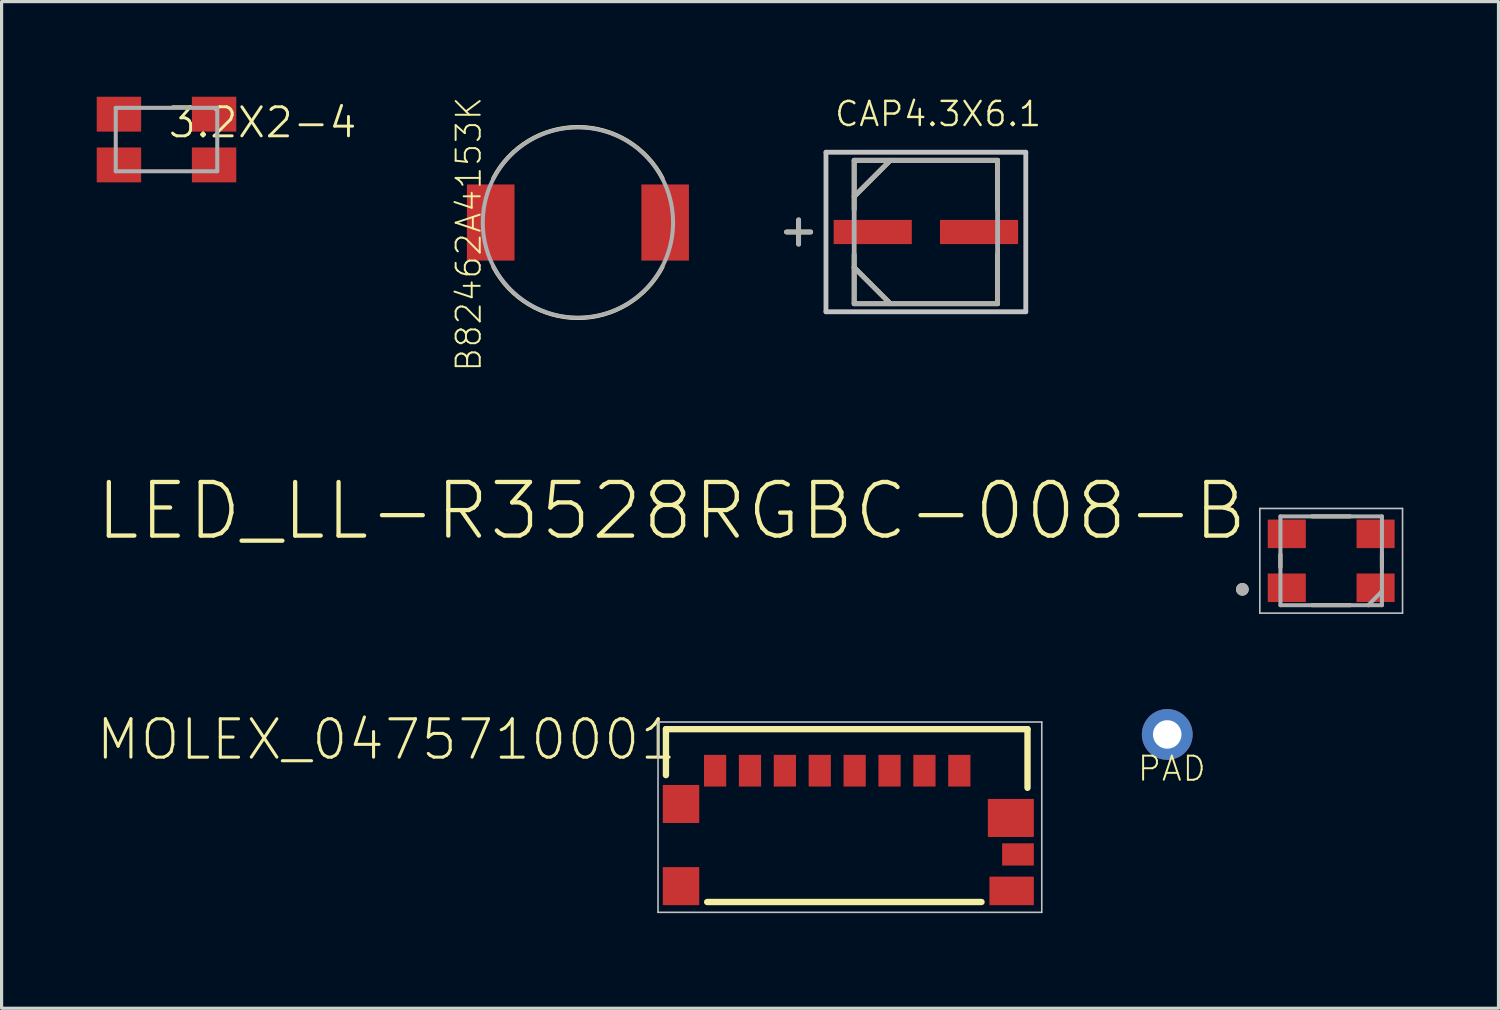
<source format=kicad_pcb>
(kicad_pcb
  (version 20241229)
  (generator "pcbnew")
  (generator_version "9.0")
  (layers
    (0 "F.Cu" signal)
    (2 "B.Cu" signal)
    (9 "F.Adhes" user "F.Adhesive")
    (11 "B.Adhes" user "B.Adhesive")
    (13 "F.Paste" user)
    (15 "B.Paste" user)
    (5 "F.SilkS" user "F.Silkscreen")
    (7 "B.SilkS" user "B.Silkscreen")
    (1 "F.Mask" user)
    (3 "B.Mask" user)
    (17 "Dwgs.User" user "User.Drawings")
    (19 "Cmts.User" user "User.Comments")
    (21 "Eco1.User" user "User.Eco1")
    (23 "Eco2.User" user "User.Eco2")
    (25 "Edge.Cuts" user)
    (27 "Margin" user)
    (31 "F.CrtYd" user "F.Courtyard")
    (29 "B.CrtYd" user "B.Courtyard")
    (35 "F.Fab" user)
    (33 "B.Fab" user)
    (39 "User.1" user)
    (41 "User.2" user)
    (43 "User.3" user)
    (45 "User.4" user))
  (footprint "CAP4.3X6.1"
    (layer "F.Cu")
    (at 26.143 4.265)
    (property "Reference" "CAP4.3X6.1" (at -2.921 -3.277 0) (layer "F.SilkS") (effects (font (size 0.76 0.76) (thickness 0.076)) (justify left bottom)))
    (attr through_hole)
    (fp_line (start -4.013 -0.381) (end -4.013 0.381) (stroke (width 0.152) (type solid)) (layer "F.SilkS"))
    (fp_line (start -3.632 0) (end -4.394 0) (stroke (width 0.152) (type solid)) (layer "F.SilkS"))
    (fp_line (start -2.261 -2.261) (end -2.261 -0.711) (stroke (width 0.152) (type solid)) (layer "F.SilkS"))
    (fp_line (start -2.261 -1.118) (end -1.118 -2.261) (stroke (width 0.152) (type solid)) (layer "F.SilkS"))
    (fp_line (start -2.261 0.711) (end -2.261 1.118) (stroke (width 0.152) (type solid)) (layer "F.SilkS"))
    (fp_line (start -2.261 1.118) (end -2.261 2.261) (stroke (width 0.152) (type solid)) (layer "F.SilkS"))
    (fp_line (start -2.261 1.118) (end -1.118 2.261) (stroke (width 0.152) (type solid)) (layer "F.SilkS"))
    (fp_line (start -2.261 2.261) (end 2.261 2.261) (stroke (width 0.152) (type solid)) (layer "F.SilkS"))
    (fp_line (start 2.261 -2.261) (end -2.261 -2.261) (stroke (width 0.152) (type solid)) (layer "F.SilkS"))
    (fp_line (start 2.261 -0.711) (end 2.261 -2.261) (stroke (width 0.152) (type solid)) (layer "F.SilkS"))
    (fp_line (start 2.261 2.261) (end 2.261 0.711) (stroke (width 0.152) (type solid)) (layer "F.SilkS"))
    (fp_line (start -3.15 -2.515) (end 3.15 -2.515) (stroke (width 0.152) (type solid)) (layer "Dwgs.User"))
    (fp_line (start -3.15 2.515) (end -3.15 -2.515) (stroke (width 0.152) (type solid)) (layer "Dwgs.User"))
    (fp_line (start 3.15 -2.515) (end 3.15 2.515) (stroke (width 0.152) (type solid)) (layer "Dwgs.User"))
    (fp_line (start 3.15 2.515) (end -3.15 2.515) (stroke (width 0.152) (type solid)) (layer "Dwgs.User"))
    (fp_line (start -4.013 -0.381) (end -4.013 0.381) (stroke (width 0.152) (type solid)) (layer "F.Fab"))
    (fp_line (start -3.632 0) (end -4.394 0) (stroke (width 0.152) (type solid)) (layer "F.Fab"))
    (fp_line (start -2.261 -2.261) (end -2.261 2.261) (stroke (width 0.152) (type solid)) (layer "F.Fab"))
    (fp_line (start -2.261 -1.118) (end -1.118 -2.261) (stroke (width 0.152) (type solid)) (layer "F.Fab"))
    (fp_line (start -2.261 1.118) (end -1.118 2.261) (stroke (width 0.152) (type solid)) (layer "F.Fab"))
    (fp_line (start -2.261 2.261) (end 2.261 2.261) (stroke (width 0.152) (type solid)) (layer "F.Fab"))
    (fp_line (start 2.261 -2.261) (end -2.261 -2.261) (stroke (width 0.152) (type solid)) (layer "F.Fab"))
    (fp_line (start 2.261 2.261) (end 2.261 -2.261) (stroke (width 0.152) (type solid)) (layer "F.Fab"))
    (pad "1" smd rect (at -1.676 0) (size 2.464 0.762) (layers "F.Cu" "F.Mask" "F.Paste"))
    (pad "2" smd rect (at 1.676 0) (size 2.464 0.762) (layers "F.Cu" "F.Mask" "F.Paste")))
  (footprint "LED_LL-R3528RGBC-008-B"
    (layer "F.Cu")
    (at 38.922 14.632)
    (property "Reference" "LED_LL-R3528RGBC-008-B" (at -2.559 -2.559 180) (layer "F.SilkS") (effects (font (size 1.69 1.69) (thickness 0.135)) (justify right top)))
    (attr through_hole)
    (fp_line (start -1.6 -0.2) (end -1.6 0.2) (stroke (width 0.127) (type solid)) (layer "F.SilkS"))
    (fp_line (start -0.6 -1.4) (end 0.6 -1.4) (stroke (width 0.127) (type solid)) (layer "F.SilkS"))
    (fp_line (start -0.6 1.4) (end 0.6 1.4) (stroke (width 0.127) (type solid)) (layer "F.SilkS"))
    (fp_line (start 1.6 -0.2) (end 1.6 0.2) (stroke (width 0.127) (type solid)) (layer "F.SilkS"))
    (fp_circle (center -2.8 0.9) (end -2.7 0.9) (stroke (width 0.2) (type solid)) (fill no) (layer "F.SilkS"))
    (fp_line (start -2.25 -1.65) (end 2.25 -1.65) (stroke (width 0.05) (type solid)) (layer "Dwgs.User"))
    (fp_line (start -2.25 1.65) (end -2.25 -1.65) (stroke (width 0.05) (type solid)) (layer "Dwgs.User"))
    (fp_line (start 2.25 -1.65) (end 2.25 1.65) (stroke (width 0.05) (type solid)) (layer "Dwgs.User"))
    (fp_line (start 2.25 1.65) (end -2.25 1.65) (stroke (width 0.05) (type solid)) (layer "Dwgs.User"))
    (fp_line (start -1.6 -1.4) (end 1.6 -1.4) (stroke (width 0.127) (type solid)) (layer "F.Fab"))
    (fp_line (start -1.6 1.4) (end -1.6 -1.4) (stroke (width 0.127) (type solid)) (layer "F.Fab"))
    (fp_line (start 1.17 1.4) (end -1.6 1.4) (stroke (width 0.127) (type solid)) (layer "F.Fab"))
    (fp_line (start 1.17 1.4) (end 1.6 0.96) (stroke (width 0.127) (type solid)) (layer "F.Fab"))
    (fp_line (start 1.6 -1.4) (end 1.6 0.96) (stroke (width 0.127) (type solid)) (layer "F.Fab"))
    (fp_line (start 1.6 0.96) (end 1.6 1.4) (stroke (width 0.127) (type solid)) (layer "F.Fab"))
    (fp_line (start 1.6 1.4) (end 1.17 1.4) (stroke (width 0.127) (type solid)) (layer "F.Fab"))
    (fp_circle (center -2.8 0.9) (end -2.7 0.9) (stroke (width 0.2) (type solid)) (fill no) (layer "F.Fab"))
    (pad "1" smd rect (at -1.4 0.85) (size 1.2 0.9) (layers "F.Cu" "F.Mask" "F.Paste"))
    (pad "2" smd rect (at 1.4 0.85) (size 1.2 0.9) (layers "F.Cu" "F.Mask" "F.Paste"))
    (pad "3" smd rect (at 1.4 -0.85) (size 1.2 0.9) (layers "F.Cu" "F.Mask" "F.Paste"))
    (pad "4" smd rect (at -1.4 -0.85) (size 1.2 0.9) (layers "F.Cu" "F.Mask" "F.Paste")))
  (footprint "B82462A4153K"
    (layer "F.Cu")
    (at 15.172 3.966)
    (property "Reference" "B82462A4153K" (at -3 4.75 270) (layer "F.SilkS") (effects (font (size 0.76 0.76) (thickness 0.061)) (justify left bottom)))
    (attr through_hole)
    (fp_arc (start -2.667 -1.397) (mid 0 -3.01073) (end 2.667 -1.397) (stroke (width 0.127) (type solid)) (layer "F.SilkS"))
    (fp_arc (start 2.667 1.397) (mid 0 3.01073) (end -2.667 1.397) (stroke (width 0.127) (type solid)) (layer "F.SilkS"))
    (fp_circle (center 0 0) (end 3 0) (stroke (width 0.127) (type solid)) (fill no) (layer "F.Fab"))
    (pad "P$1" smd rect (at -2.75 0) (size 1.5 2.4) (layers "F.Cu" "F.Mask" "F.Paste"))
    (pad "P$2" smd rect (at 2.75 0) (size 1.5 2.4) (layers "F.Cu" "F.Mask" "F.Paste")))
  (footprint "3.2X2-4"
    (layer "F.Cu")
    (at 2.2 1.35)
    (property "Reference" "3.2X2-4" (at 0 0 0) (layer "F.SilkS") (effects (font (size 0.917 0.917) (thickness 0.092)) (justify left bottom)))
    (attr through_hole)
    (fp_line (start -1.6 -1) (end 1.6 -1) (stroke (width 0.127) (type solid)) (layer "F.Fab"))
    (fp_line (start -1.6 1) (end -1.6 -1) (stroke (width 0.127) (type solid)) (layer "F.Fab"))
    (fp_line (start 1.6 -1) (end 1.6 1) (stroke (width 0.127) (type solid)) (layer "F.Fab"))
    (fp_line (start 1.6 1) (end -1.6 1) (stroke (width 0.127) (type solid)) (layer "F.Fab"))
    (pad "P$1" smd rect (at -1.5 -0.8) (size 1.4 1.1) (layers "F.Cu" "F.Mask" "F.Paste"))
    (pad "P$2" smd rect (at 1.5 -0.8) (size 1.4 1.1) (layers "F.Cu" "F.Mask" "F.Paste"))
    (pad "P$3" smd rect (at 1.5 0.8) (size 1.4 1.1) (layers "F.Cu" "F.Mask" "F.Paste"))
    (pad "P$4" smd rect (at -1.5 0.8) (size 1.4 1.1) (layers "F.Cu" "F.Mask" "F.Paste")))
  (footprint "PAD"
    (layer "F.Cu")
    (at 33.753 20.107)
    (property "Reference" "PAD" (at 1.27 0.635 180) (layer "F.SilkS") (effects (font (size 0.76 0.76) (thickness 0.061)) (justify right top)))
    (attr through_hole)
    (pad "P$1" thru_hole circle (at 0 0) (size 1.6 1.6) (drill 0.9) (layers "*.Cu" "*.Mask")))
  (footprint "MOLEX_0475710001"
    (layer "F.Cu")
    (at 23.647 22.665)
    (property "Reference" "MOLEX_0475710001" (at -5.306 -3.104 180) (layer "F.SilkS") (effects (font (size 1.208 1.208) (thickness 0.097)) (justify right top)))
    (attr through_hole)
    (fp_line (start -5.7 -2.725) (end 5.7 -2.725) (stroke (width 0.2) (type solid)) (layer "F.SilkS"))
    (fp_line (start -5.7 -1.275) (end -5.7 -2.725) (stroke (width 0.2) (type solid)) (layer "F.SilkS"))
    (fp_line (start -4.4 2.725) (end 4.25 2.725) (stroke (width 0.2) (type solid)) (layer "F.SilkS"))
    (fp_line (start 5.7 -2.725) (end 5.7 -0.875) (stroke (width 0.2) (type solid)) (layer "F.SilkS"))
    (fp_line (start -5.95 -2.95) (end 6.15 -2.95) (stroke (width 0.05) (type solid)) (layer "Dwgs.User"))
    (fp_line (start -5.95 3.05) (end -5.95 -2.95) (stroke (width 0.05) (type solid)) (layer "Dwgs.User"))
    (fp_line (start 6.15 -2.95) (end 6.15 3.05) (stroke (width 0.05) (type solid)) (layer "Dwgs.User"))
    (fp_line (start 6.15 3.05) (end -5.95 3.05) (stroke (width 0.05) (type solid)) (layer "Dwgs.User"))
    (pad "1" smd rect (at 3.55 -1.415 180) (size 0.7 1) (layers "F.Cu" "F.Mask" "F.Paste"))
    (pad "2" smd rect (at 2.45 -1.415 180) (size 0.7 1) (layers "F.Cu" "F.Mask" "F.Paste"))
    (pad "3" smd rect (at 1.35 -1.415 180) (size 0.7 1) (layers "F.Cu" "F.Mask" "F.Paste"))
    (pad "4" smd rect (at 0.25 -1.415 180) (size 0.7 1) (layers "F.Cu" "F.Mask" "F.Paste"))
    (pad "5" smd rect (at -0.85 -1.415 180) (size 0.7 1) (layers "F.Cu" "F.Mask" "F.Paste"))
    (pad "6" smd rect (at -1.95 -1.415 180) (size 0.7 1) (layers "F.Cu" "F.Mask" "F.Paste"))
    (pad "7" smd rect (at -3.05 -1.415 180) (size 0.7 1) (layers "F.Cu" "F.Mask" "F.Paste"))
    (pad "8" smd rect (at -4.15 -1.415 180) (size 0.7 1) (layers "F.Cu" "F.Mask" "F.Paste"))
    (pad "9" smd rect (at -5.225 -0.365) (size 1.15 1.2) (layers "F.Cu" "F.Mask" "F.Paste"))
    (pad "10" smd rect (at -5.225 2.225) (size 1.15 1.2) (layers "F.Cu" "F.Mask" "F.Paste"))
    (pad "11" smd rect (at 5.2 2.375) (size 1.4 0.9) (layers "F.Cu" "F.Mask" "F.Paste"))
    (pad "12" smd rect (at 5.4 1.225 270) (size 0.7 1) (layers "F.Cu" "F.Mask" "F.Paste"))
    (pad "13" smd rect (at 5.175 0.075) (size 1.45 1.2) (layers "F.Cu" "F.Mask" "F.Paste")))
  (gr_rect
    (start -3 -3)
    (end 44.197 28.74)
    (stroke (width 0.1) (type default))
    (fill no)
    (layer "Edge.Cuts")))
</source>
